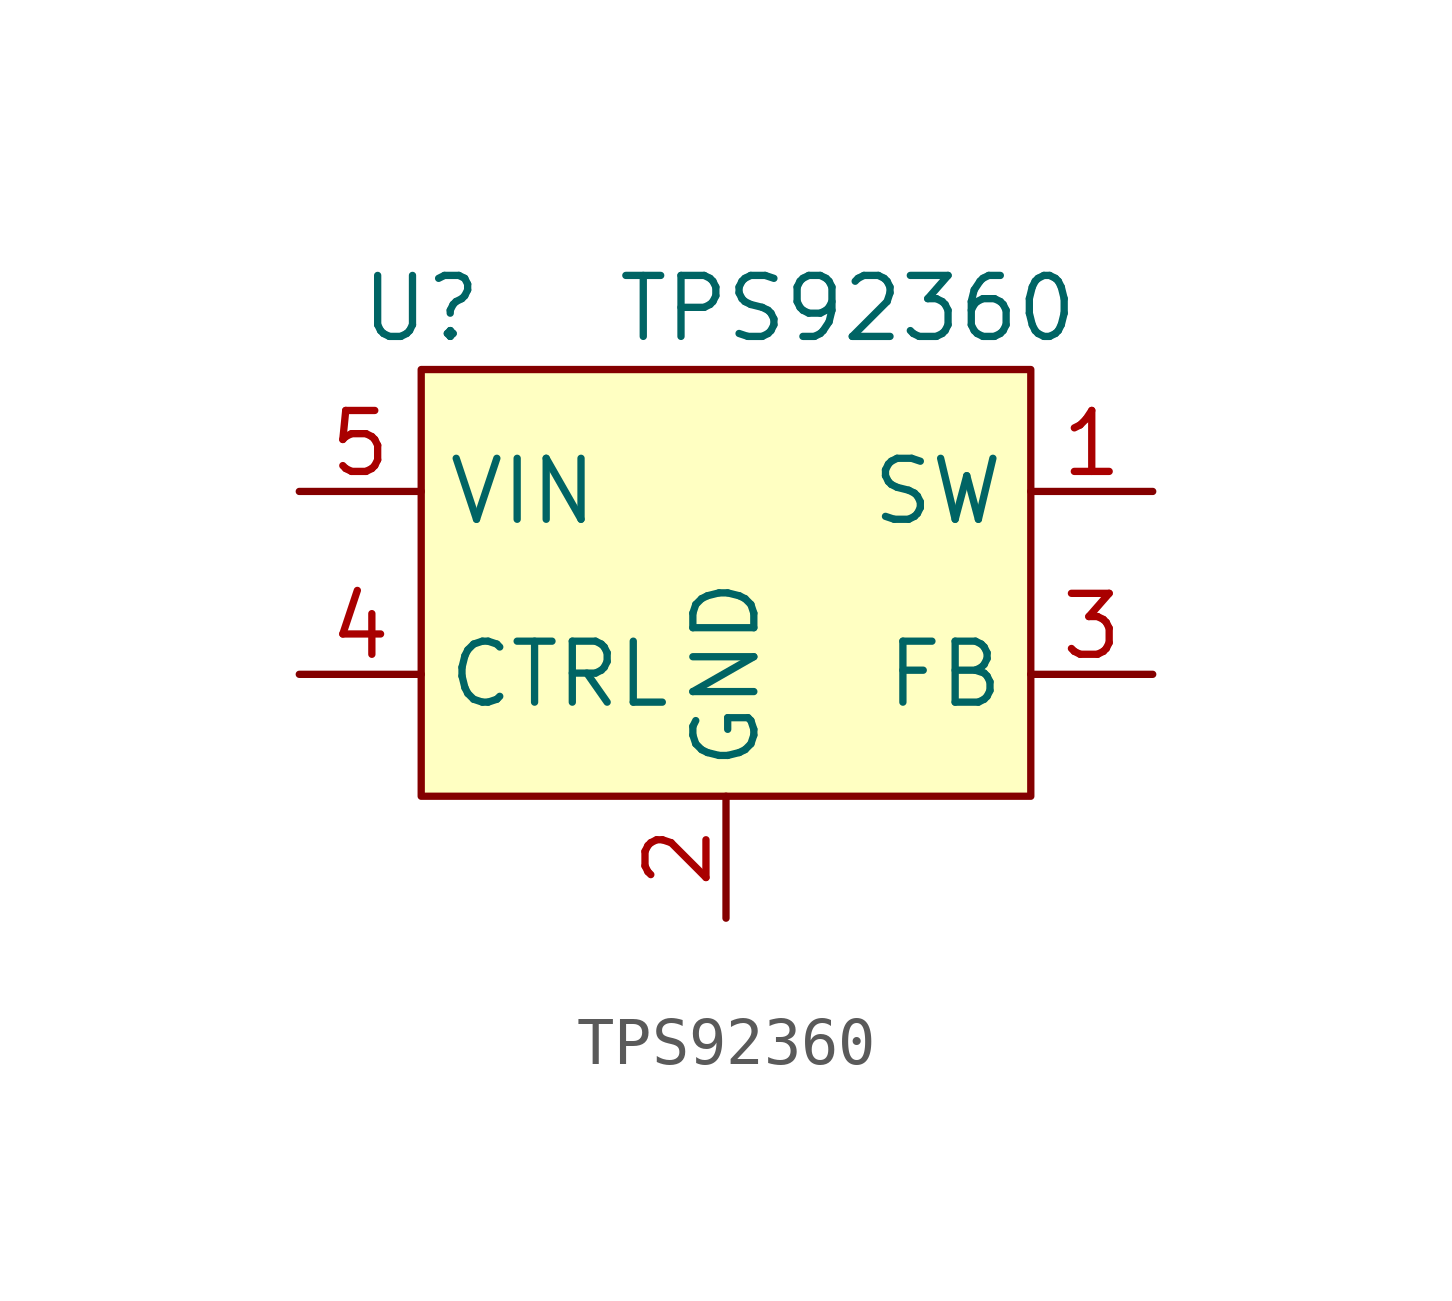
<source format=kicad_sym>
(kicad_symbol_lib
  (version 20220914)
  (generator kicad_symbol_editor)
  (symbol "TPS92360"
    (property "Reference" "U"
      (at -6.35 6.35 0)
      (effects (font (size 1.27 1.27))))
    (property "Value" "TPS92360"
      (at 2.54 6.35 0)
      (effects (font (size 1.27 1.27))))
    (symbol "TPS92360_1_1"
      (rectangle (start -6.35 5.08) (end 6.35 -3.81) (stroke (width 0) (type default)) (fill (type background)))
      (pin input line (at 8.89 2.54 180) (length 2.54) (name "SW" (effects (font (size 1.27 1.27)))) (number "1" (effects (font (size 1.27 1.27)))))
      (pin power_in line (at 0 -6.35 90) (length 2.54) (name "GND" (effects (font (size 1.27 1.27)))) (number "2" (effects (font (size 1.27 1.27)))))
      (pin input line (at 8.89 -1.27 180) (length 2.54) (name "FB" (effects (font (size 1.27 1.27)))) (number "3" (effects (font (size 1.27 1.27)))))
      (pin input line (at -8.89 -1.27 0) (length 2.54) (name "CTRL" (effects (font (size 1.27 1.27)))) (number "4" (effects (font (size 1.27 1.27)))))
      (pin power_in line (at -8.89 2.54 0) (length 2.54) (name "VIN" (effects (font (size 1.27 1.27)))) (number "5" (effects (font (size 1.27 1.27))))))))
</source>
